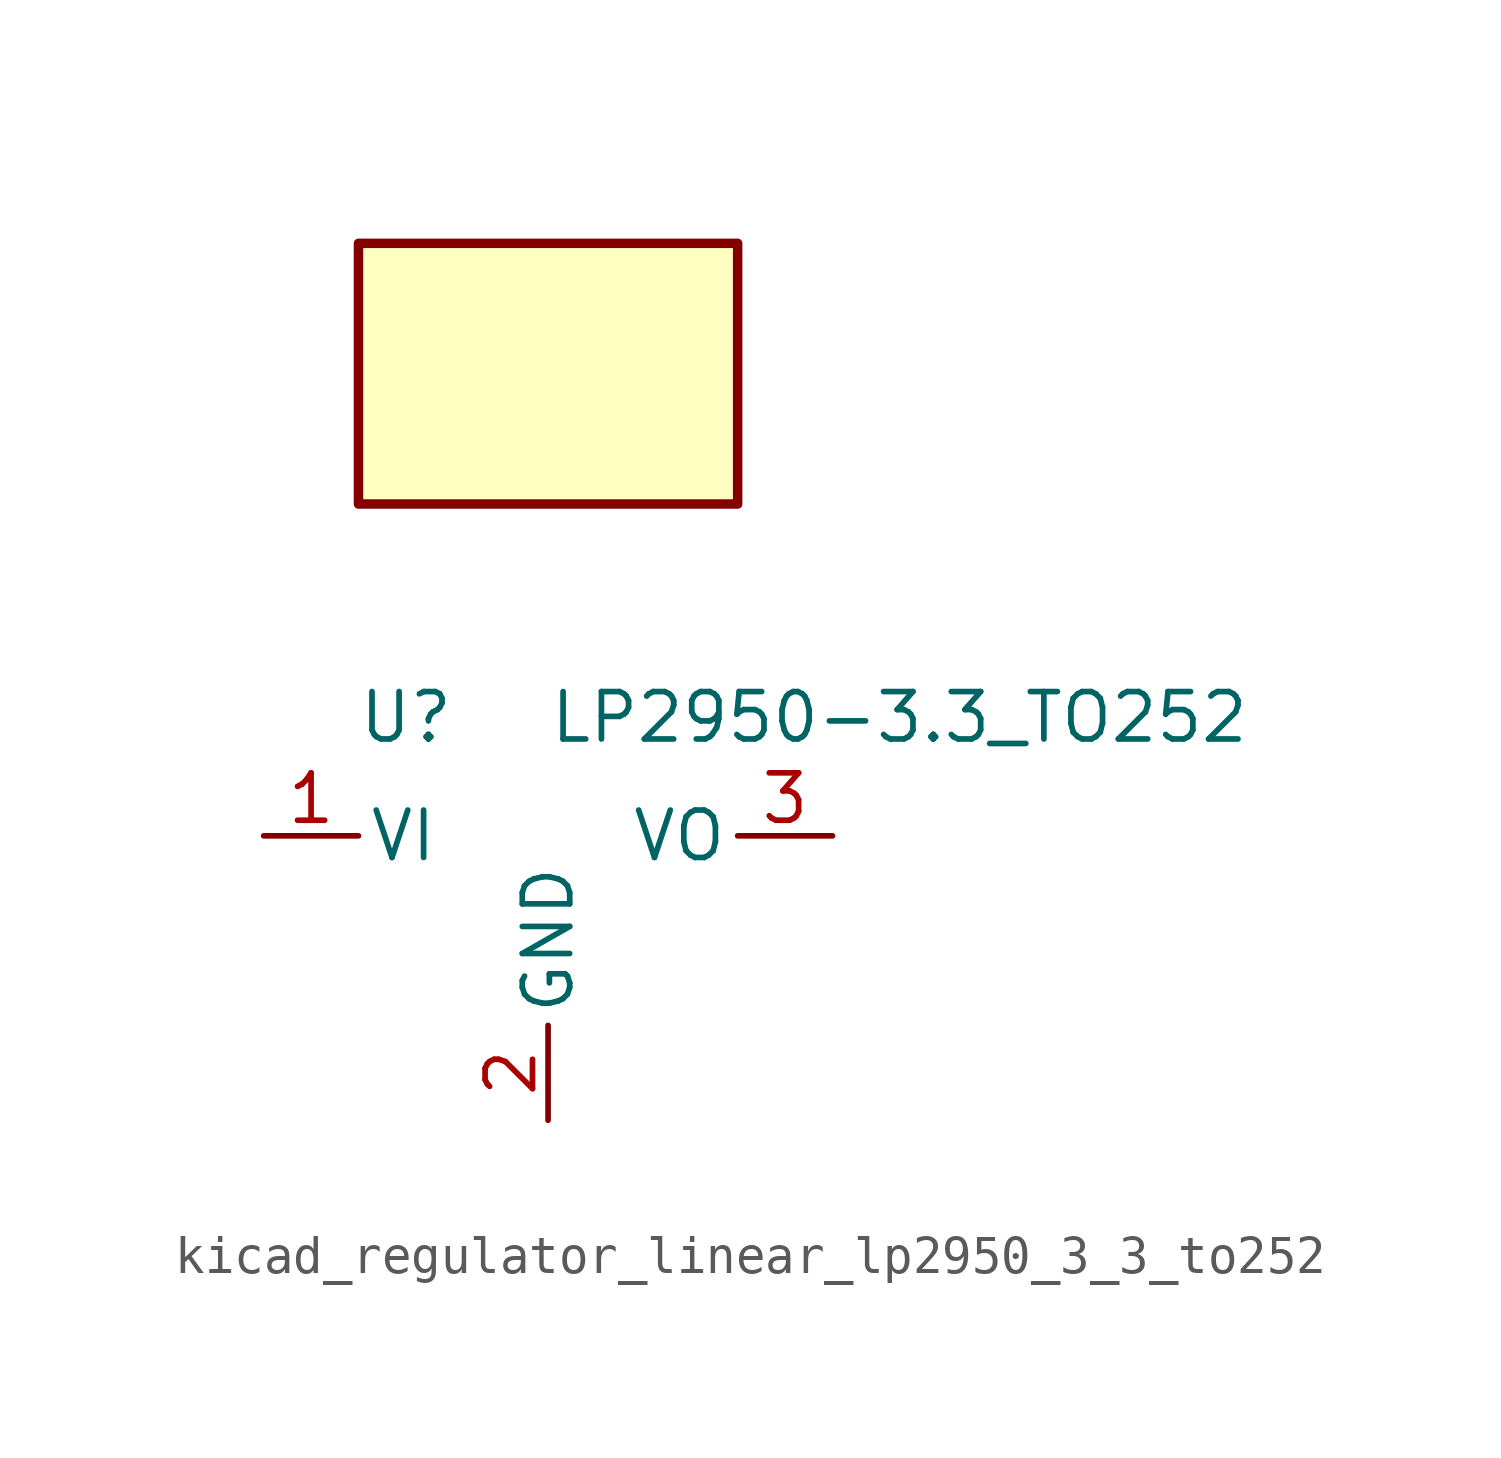
<source format=kicad_sym>
(kicad_symbol_lib
  (version 20220914)
  (generator kicad_symbol_editor)
  (symbol "kicad_regulator_linear_lp2950_3_3_to252"
    (pin_names
      (offset 0.254))
    (property "Reference" "U"
      (at -3.81 3.175 0)
      (effects (font (size 1.27 1.27))))
    (property "Value" "LP2950-3.3_TO252"
      (at 0 3.175 0)
      (effects (font (size 1.27 1.27)) (justify left)))
    (symbol "kicad_regulator_linear_lp2950_3_3_to252_0_1"
      (rectangle (start 5.08 15.875) (end -5.08 8.89) (stroke (width 0.254) (type default)) (fill (type background))))
    (symbol "kicad_regulator_linear_lp2950_3_3_to252_1_1"
      (pin power_in line (at -7.62 0 0) (length 2.54) (name "VI" (effects (font (size 1.27 1.27)))) (number "1" (effects (font (size 1.27 1.27)))))
      (pin power_in line (at 0 -7.62 90) (length 2.54) (name "GND" (effects (font (size 1.27 1.27)))) (number "2" (effects (font (size 1.27 1.27)))))
      (pin power_out line (at 7.62 0 180) (length 2.54) (name "VO" (effects (font (size 1.27 1.27)))) (number "3" (effects (font (size 1.27 1.27))))))))
</source>
